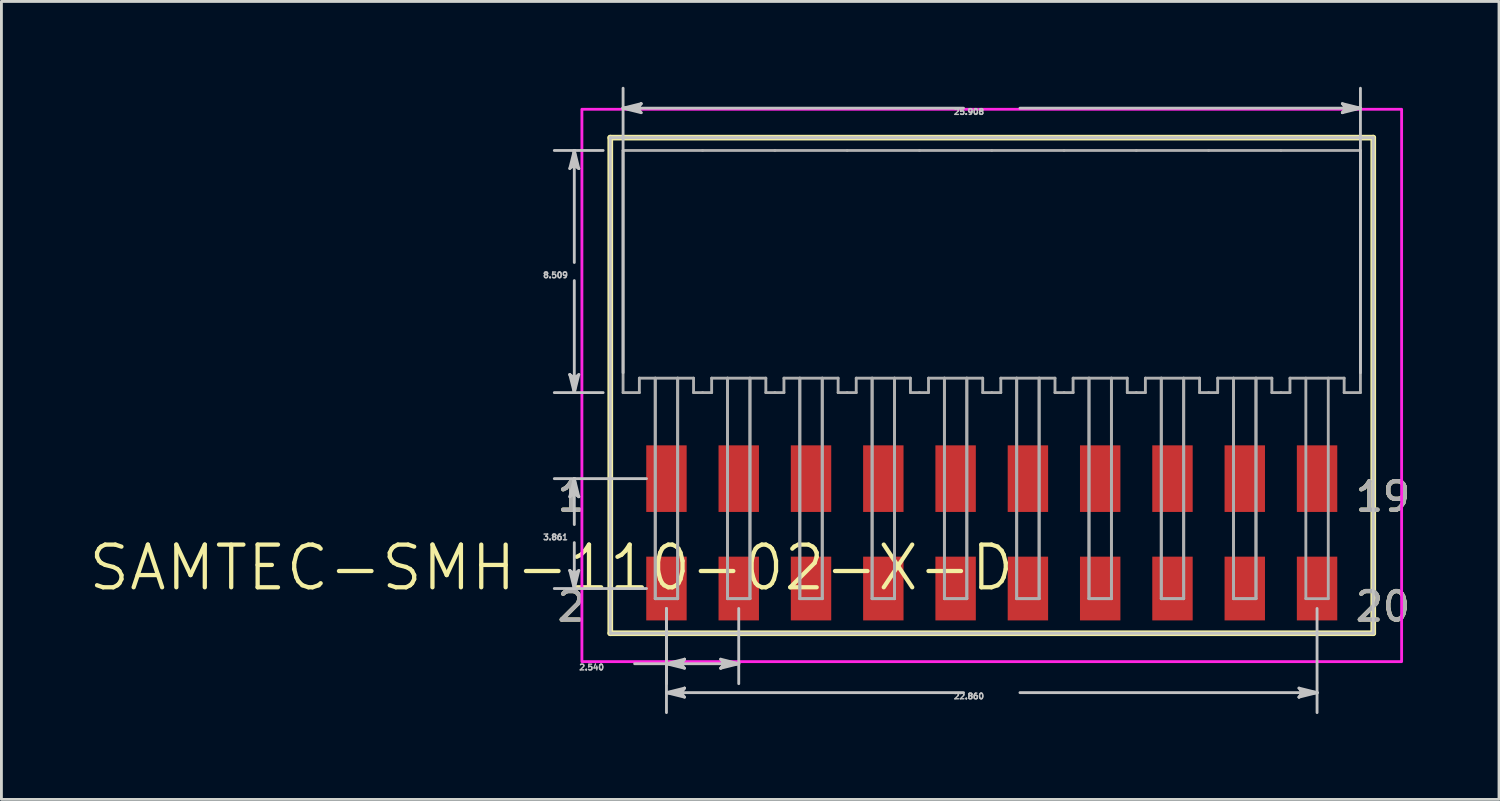
<source format=kicad_pcb>
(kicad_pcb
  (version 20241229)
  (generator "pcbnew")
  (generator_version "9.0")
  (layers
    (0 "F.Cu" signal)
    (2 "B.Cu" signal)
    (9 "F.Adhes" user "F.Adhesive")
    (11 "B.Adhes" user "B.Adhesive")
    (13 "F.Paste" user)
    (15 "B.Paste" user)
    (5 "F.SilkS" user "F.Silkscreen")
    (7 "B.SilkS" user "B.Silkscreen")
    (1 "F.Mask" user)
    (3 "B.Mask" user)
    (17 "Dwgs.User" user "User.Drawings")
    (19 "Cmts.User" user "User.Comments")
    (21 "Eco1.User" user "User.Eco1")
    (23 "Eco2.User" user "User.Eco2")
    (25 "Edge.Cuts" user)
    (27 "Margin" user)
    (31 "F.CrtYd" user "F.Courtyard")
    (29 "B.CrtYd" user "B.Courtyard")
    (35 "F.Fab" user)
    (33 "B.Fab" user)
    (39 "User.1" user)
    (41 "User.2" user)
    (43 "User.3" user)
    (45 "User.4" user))
  (footprint "SAMTEC-SMH-110-02-X-D"
    (layer "F.Cu")
    (at 31.797 6.491)
    (property "Reference" "SAMTEC-SMH-110-02-X-D" (at -15.473 10.408 0) (layer "F.SilkS") (effects (font (size 1.5 1.5) (thickness 0.15))))
    (attr smd)
    (fp_poly (pts (xy -12.191 6.056) (xy -10.669 6.056) (xy -10.669 8.498) (xy -12.191 8.498)) (stroke (width 0.01) (type solid)) (fill yes) (layer "F.Mask"))
    (fp_poly (pts (xy -12.191 9.967) (xy -10.669 9.967) (xy -10.669 12.309) (xy -12.191 12.309)) (stroke (width 0.01) (type solid)) (fill yes) (layer "F.Mask"))
    (fp_poly (pts (xy -9.651 6.056) (xy -8.129 6.056) (xy -8.129 8.498) (xy -9.651 8.498)) (stroke (width 0.01) (type solid)) (fill yes) (layer "F.Mask"))
    (fp_poly (pts (xy -9.651 9.967) (xy -8.129 9.967) (xy -8.129 12.309) (xy -9.651 12.309)) (stroke (width 0.01) (type solid)) (fill yes) (layer "F.Mask"))
    (fp_poly (pts (xy -7.111 6.056) (xy -5.589 6.056) (xy -5.589 8.498) (xy -7.111 8.498)) (stroke (width 0.01) (type solid)) (fill yes) (layer "F.Mask"))
    (fp_poly (pts (xy -7.111 9.967) (xy -5.589 9.967) (xy -5.589 12.309) (xy -7.111 12.309)) (stroke (width 0.01) (type solid)) (fill yes) (layer "F.Mask"))
    (fp_poly (pts (xy -4.571 6.056) (xy -3.049 6.056) (xy -3.049 8.498) (xy -4.571 8.498)) (stroke (width 0.01) (type solid)) (fill yes) (layer "F.Mask"))
    (fp_poly (pts (xy -4.571 9.967) (xy -3.049 9.967) (xy -3.049 12.309) (xy -4.571 12.309)) (stroke (width 0.01) (type solid)) (fill yes) (layer "F.Mask"))
    (fp_poly (pts (xy -2.031 6.056) (xy -0.509 6.056) (xy -0.509 8.498) (xy -2.031 8.498)) (stroke (width 0.01) (type solid)) (fill yes) (layer "F.Mask"))
    (fp_poly (pts (xy -2.031 9.967) (xy -0.509 9.967) (xy -0.509 12.309) (xy -2.031 12.309)) (stroke (width 0.01) (type solid)) (fill yes) (layer "F.Mask"))
    (fp_poly (pts (xy 0.509 6.056) (xy 2.031 6.056) (xy 2.031 8.498) (xy 0.509 8.498)) (stroke (width 0.01) (type solid)) (fill yes) (layer "F.Mask"))
    (fp_poly (pts (xy 0.509 9.967) (xy 2.031 9.967) (xy 2.031 12.309) (xy 0.509 12.309)) (stroke (width 0.01) (type solid)) (fill yes) (layer "F.Mask"))
    (fp_poly (pts (xy 3.049 6.056) (xy 4.571 6.056) (xy 4.571 8.498) (xy 3.049 8.498)) (stroke (width 0.01) (type solid)) (fill yes) (layer "F.Mask"))
    (fp_poly (pts (xy 3.049 9.967) (xy 4.571 9.967) (xy 4.571 12.309) (xy 3.049 12.309)) (stroke (width 0.01) (type solid)) (fill yes) (layer "F.Mask"))
    (fp_poly (pts (xy 5.589 6.056) (xy 7.111 6.056) (xy 7.111 8.498) (xy 5.589 8.498)) (stroke (width 0.01) (type solid)) (fill yes) (layer "F.Mask"))
    (fp_poly (pts (xy 5.589 9.967) (xy 7.111 9.967) (xy 7.111 12.309) (xy 5.589 12.309)) (stroke (width 0.01) (type solid)) (fill yes) (layer "F.Mask"))
    (fp_poly (pts (xy 8.129 6.056) (xy 9.651 6.056) (xy 9.651 8.498) (xy 8.129 8.498)) (stroke (width 0.01) (type solid)) (fill yes) (layer "F.Mask"))
    (fp_poly (pts (xy 8.129 9.967) (xy 9.651 9.967) (xy 9.651 12.309) (xy 8.129 12.309)) (stroke (width 0.01) (type solid)) (fill yes) (layer "F.Mask"))
    (fp_poly (pts (xy 10.669 6.056) (xy 12.191 6.056) (xy 12.191 8.498) (xy 10.669 8.498)) (stroke (width 0.01) (type solid)) (fill yes) (layer "F.Mask"))
    (fp_poly (pts (xy 10.669 9.967) (xy 12.191 9.967) (xy 12.191 12.309) (xy 10.669 12.309)) (stroke (width 0.01) (type solid)) (fill yes) (layer "F.Mask"))
    (fp_line (start -13.404 -4.705) (end -13.404 12.709) (stroke (width 0.2) (type solid)) (layer "F.SilkS"))
    (fp_line (start -13.404 12.709) (end 13.404 12.709) (stroke (width 0.2) (type solid)) (layer "F.SilkS"))
    (fp_line (start 13.404 -4.705) (end -13.404 -4.705) (stroke (width 0.2) (type solid)) (layer "F.SilkS"))
    (fp_line (start 13.404 12.709) (end 13.404 -4.705) (stroke (width 0.2) (type solid)) (layer "F.SilkS"))
    (fp_poly (pts (xy -12.14 6.107) (xy -10.72 6.107) (xy -10.72 8.447) (xy -12.14 8.447)) (stroke (width 0.01) (type solid)) (fill yes) (layer "F.Paste"))
    (fp_poly (pts (xy -12.14 10.018) (xy -10.72 10.018) (xy -10.72 12.258) (xy -12.14 12.258)) (stroke (width 0.01) (type solid)) (fill yes) (layer "F.Paste"))
    (fp_poly (pts (xy -9.6 6.107) (xy -8.18 6.107) (xy -8.18 8.447) (xy -9.6 8.447)) (stroke (width 0.01) (type solid)) (fill yes) (layer "F.Paste"))
    (fp_poly (pts (xy -9.6 10.018) (xy -8.18 10.018) (xy -8.18 12.258) (xy -9.6 12.258)) (stroke (width 0.01) (type solid)) (fill yes) (layer "F.Paste"))
    (fp_poly (pts (xy -7.06 6.107) (xy -5.64 6.107) (xy -5.64 8.447) (xy -7.06 8.447)) (stroke (width 0.01) (type solid)) (fill yes) (layer "F.Paste"))
    (fp_poly (pts (xy -7.06 10.018) (xy -5.64 10.018) (xy -5.64 12.258) (xy -7.06 12.258)) (stroke (width 0.01) (type solid)) (fill yes) (layer "F.Paste"))
    (fp_poly (pts (xy -4.52 6.107) (xy -3.1 6.107) (xy -3.1 8.447) (xy -4.52 8.447)) (stroke (width 0.01) (type solid)) (fill yes) (layer "F.Paste"))
    (fp_poly (pts (xy -4.52 10.018) (xy -3.1 10.018) (xy -3.1 12.258) (xy -4.52 12.258)) (stroke (width 0.01) (type solid)) (fill yes) (layer "F.Paste"))
    (fp_poly (pts (xy -1.98 6.107) (xy -0.56 6.107) (xy -0.56 8.447) (xy -1.98 8.447)) (stroke (width 0.01) (type solid)) (fill yes) (layer "F.Paste"))
    (fp_poly (pts (xy -1.98 10.018) (xy -0.56 10.018) (xy -0.56 12.258) (xy -1.98 12.258)) (stroke (width 0.01) (type solid)) (fill yes) (layer "F.Paste"))
    (fp_poly (pts (xy 0.56 6.107) (xy 1.98 6.107) (xy 1.98 8.447) (xy 0.56 8.447)) (stroke (width 0.01) (type solid)) (fill yes) (layer "F.Paste"))
    (fp_poly (pts (xy 0.56 10.018) (xy 1.98 10.018) (xy 1.98 12.258) (xy 0.56 12.258)) (stroke (width 0.01) (type solid)) (fill yes) (layer "F.Paste"))
    (fp_poly (pts (xy 3.1 6.107) (xy 4.52 6.107) (xy 4.52 8.447) (xy 3.1 8.447)) (stroke (width 0.01) (type solid)) (fill yes) (layer "F.Paste"))
    (fp_poly (pts (xy 3.1 10.018) (xy 4.52 10.018) (xy 4.52 12.258) (xy 3.1 12.258)) (stroke (width 0.01) (type solid)) (fill yes) (layer "F.Paste"))
    (fp_poly (pts (xy 5.64 6.107) (xy 7.06 6.107) (xy 7.06 8.447) (xy 5.64 8.447)) (stroke (width 0.01) (type solid)) (fill yes) (layer "F.Paste"))
    (fp_poly (pts (xy 5.64 10.018) (xy 7.06 10.018) (xy 7.06 12.258) (xy 5.64 12.258)) (stroke (width 0.01) (type solid)) (fill yes) (layer "F.Paste"))
    (fp_poly (pts (xy 8.18 6.107) (xy 9.6 6.107) (xy 9.6 8.447) (xy 8.18 8.447)) (stroke (width 0.01) (type solid)) (fill yes) (layer "F.Paste"))
    (fp_poly (pts (xy 8.18 10.018) (xy 9.6 10.018) (xy 9.6 12.258) (xy 8.18 12.258)) (stroke (width 0.01) (type solid)) (fill yes) (layer "F.Paste"))
    (fp_poly (pts (xy 10.72 6.107) (xy 12.14 6.107) (xy 12.14 8.447) (xy 10.72 8.447)) (stroke (width 0.01) (type solid)) (fill yes) (layer "F.Paste"))
    (fp_poly (pts (xy 10.72 10.018) (xy 12.14 10.018) (xy 12.14 12.258) (xy 10.72 12.258)) (stroke (width 0.01) (type solid)) (fill yes) (layer "F.Paste"))
    (fp_line (start -14.827 -3.62) (end -14.668 -3.746) (stroke (width 0.1) (type solid)) (layer "Dwgs.User"))
    (fp_line (start -14.827 3.62) (end -14.668 4.254) (stroke (width 0.1) (type solid)) (layer "Dwgs.User"))
    (fp_line (start -14.827 7.912) (end -14.668 7.785) (stroke (width 0.1) (type solid)) (layer "Dwgs.User"))
    (fp_line (start -14.827 10.503) (end -14.668 11.138) (stroke (width 0.1) (type solid)) (layer "Dwgs.User"))
    (fp_line (start -14.748 -3.683) (end -14.668 -3.746) (stroke (width 0.1) (type solid)) (layer "Dwgs.User"))
    (fp_line (start -14.748 3.683) (end -14.827 3.62) (stroke (width 0.1) (type solid)) (layer "Dwgs.User"))
    (fp_line (start -14.748 7.849) (end -14.668 7.785) (stroke (width 0.1) (type solid)) (layer "Dwgs.User"))
    (fp_line (start -14.748 10.566) (end -14.827 10.503) (stroke (width 0.1) (type solid)) (layer "Dwgs.User"))
    (fp_line (start -14.668 -4.254) (end -14.827 -3.62) (stroke (width 0.1) (type solid)) (layer "Dwgs.User"))
    (fp_line (start -14.668 -4.254) (end -14.748 -3.683) (stroke (width 0.1) (type solid)) (layer "Dwgs.User"))
    (fp_line (start -14.668 -4.254) (end -14.589 -3.683) (stroke (width 0.1) (type solid)) (layer "Dwgs.User"))
    (fp_line (start -14.668 -3.746) (end -14.668 -4.254) (stroke (width 0.1) (type solid)) (layer "Dwgs.User"))
    (fp_line (start -14.668 -3.746) (end -14.51 -3.62) (stroke (width 0.1) (type solid)) (layer "Dwgs.User"))
    (fp_line (start -14.668 -0.318) (end -14.668 -4.254) (stroke (width 0.1) (type solid)) (layer "Dwgs.User"))
    (fp_line (start -14.668 0.318) (end -14.668 4.254) (stroke (width 0.1) (type solid)) (layer "Dwgs.User"))
    (fp_line (start -14.668 3.746) (end -14.827 3.62) (stroke (width 0.1) (type solid)) (layer "Dwgs.User"))
    (fp_line (start -14.668 3.746) (end -14.668 4.254) (stroke (width 0.1) (type solid)) (layer "Dwgs.User"))
    (fp_line (start -14.668 4.254) (end -14.748 3.683) (stroke (width 0.1) (type solid)) (layer "Dwgs.User"))
    (fp_line (start -14.668 4.254) (end -14.589 3.683) (stroke (width 0.1) (type solid)) (layer "Dwgs.User"))
    (fp_line (start -14.668 4.254) (end -14.51 3.62) (stroke (width 0.1) (type solid)) (layer "Dwgs.User"))
    (fp_line (start -14.668 7.277) (end -14.827 7.912) (stroke (width 0.1) (type solid)) (layer "Dwgs.User"))
    (fp_line (start -14.668 7.277) (end -14.748 7.849) (stroke (width 0.1) (type solid)) (layer "Dwgs.User"))
    (fp_line (start -14.668 7.277) (end -14.589 7.849) (stroke (width 0.1) (type solid)) (layer "Dwgs.User"))
    (fp_line (start -14.668 7.785) (end -14.668 7.277) (stroke (width 0.1) (type solid)) (layer "Dwgs.User"))
    (fp_line (start -14.668 7.785) (end -14.51 7.912) (stroke (width 0.1) (type solid)) (layer "Dwgs.User"))
    (fp_line (start -14.668 8.89) (end -14.668 7.277) (stroke (width 0.1) (type solid)) (layer "Dwgs.User"))
    (fp_line (start -14.668 9.525) (end -14.668 11.138) (stroke (width 0.1) (type solid)) (layer "Dwgs.User"))
    (fp_line (start -14.668 10.63) (end -14.827 10.503) (stroke (width 0.1) (type solid)) (layer "Dwgs.User"))
    (fp_line (start -14.668 10.63) (end -14.668 11.138) (stroke (width 0.1) (type solid)) (layer "Dwgs.User"))
    (fp_line (start -14.668 11.138) (end -14.748 10.566) (stroke (width 0.1) (type solid)) (layer "Dwgs.User"))
    (fp_line (start -14.668 11.138) (end -14.589 10.566) (stroke (width 0.1) (type solid)) (layer "Dwgs.User"))
    (fp_line (start -14.668 11.138) (end -14.51 10.503) (stroke (width 0.1) (type solid)) (layer "Dwgs.User"))
    (fp_line (start -14.589 -3.683) (end -14.51 -3.62) (stroke (width 0.1) (type solid)) (layer "Dwgs.User"))
    (fp_line (start -14.589 3.683) (end -14.668 3.746) (stroke (width 0.1) (type solid)) (layer "Dwgs.User"))
    (fp_line (start -14.589 7.849) (end -14.51 7.912) (stroke (width 0.1) (type solid)) (layer "Dwgs.User"))
    (fp_line (start -14.589 10.566) (end -14.668 10.63) (stroke (width 0.1) (type solid)) (layer "Dwgs.User"))
    (fp_line (start -14.51 -3.62) (end -14.668 -4.254) (stroke (width 0.1) (type solid)) (layer "Dwgs.User"))
    (fp_line (start -14.51 3.62) (end -14.668 3.746) (stroke (width 0.1) (type solid)) (layer "Dwgs.User"))
    (fp_line (start -14.51 7.912) (end -14.668 7.277) (stroke (width 0.1) (type solid)) (layer "Dwgs.User"))
    (fp_line (start -14.51 10.503) (end -14.668 10.63) (stroke (width 0.1) (type solid)) (layer "Dwgs.User"))
    (fp_line (start -13.655 -4.254) (end -15.37 -4.254) (stroke (width 0.1) (type solid)) (layer "Dwgs.User"))
    (fp_line (start -13.655 4.254) (end -15.37 4.254) (stroke (width 0.1) (type solid)) (layer "Dwgs.User"))
    (fp_line (start -13.404 -4.705) (end -13.404 12.709) (stroke (width 0.1) (type solid)) (layer "Dwgs.User"))
    (fp_line (start -13.404 12.709) (end 13.404 12.709) (stroke (width 0.1) (type solid)) (layer "Dwgs.User"))
    (fp_line (start -12.954 -5.74) (end -12.382 -5.82) (stroke (width 0.1) (type solid)) (layer "Dwgs.User"))
    (fp_line (start -12.954 -5.74) (end -12.382 -5.661) (stroke (width 0.1) (type solid)) (layer "Dwgs.User"))
    (fp_line (start -12.954 -5.74) (end -12.319 -5.582) (stroke (width 0.1) (type solid)) (layer "Dwgs.User"))
    (fp_line (start -12.954 3.553) (end -12.954 -6.441) (stroke (width 0.1) (type solid)) (layer "Dwgs.User"))
    (fp_line (start -12.548 13.78) (end -11.43 13.78) (stroke (width 0.1) (type solid)) (layer "Dwgs.User"))
    (fp_line (start -12.446 -5.74) (end -12.954 -5.74) (stroke (width 0.1) (type solid)) (layer "Dwgs.User"))
    (fp_line (start -12.446 -5.74) (end -12.319 -5.899) (stroke (width 0.1) (type solid)) (layer "Dwgs.User"))
    (fp_line (start -12.382 -5.82) (end -12.319 -5.899) (stroke (width 0.1) (type solid)) (layer "Dwgs.User"))
    (fp_line (start -12.382 -5.661) (end -12.446 -5.74) (stroke (width 0.1) (type solid)) (layer "Dwgs.User"))
    (fp_line (start -12.319 -5.899) (end -12.954 -5.74) (stroke (width 0.1) (type solid)) (layer "Dwgs.User"))
    (fp_line (start -12.319 -5.582) (end -12.446 -5.74) (stroke (width 0.1) (type solid)) (layer "Dwgs.User"))
    (fp_line (start -12.131 7.277) (end -15.37 7.277) (stroke (width 0.1) (type solid)) (layer "Dwgs.User"))
    (fp_line (start -12.131 11.138) (end -15.37 11.138) (stroke (width 0.1) (type solid)) (layer "Dwgs.User"))
    (fp_line (start -11.43 11.839) (end -11.43 14.481) (stroke (width 0.1) (type solid)) (layer "Dwgs.User"))
    (fp_line (start -11.43 11.839) (end -11.43 15.497) (stroke (width 0.1) (type solid)) (layer "Dwgs.User"))
    (fp_line (start -11.43 13.78) (end -10.858 13.7) (stroke (width 0.1) (type solid)) (layer "Dwgs.User"))
    (fp_line (start -11.43 13.78) (end -10.858 13.859) (stroke (width 0.1) (type solid)) (layer "Dwgs.User"))
    (fp_line (start -11.43 13.78) (end -10.795 13.938) (stroke (width 0.1) (type solid)) (layer "Dwgs.User"))
    (fp_line (start -11.43 13.78) (end -8.89 13.78) (stroke (width 0.1) (type solid)) (layer "Dwgs.User"))
    (fp_line (start -11.43 14.796) (end -10.858 14.716) (stroke (width 0.1) (type solid)) (layer "Dwgs.User"))
    (fp_line (start -11.43 14.796) (end -10.858 14.875) (stroke (width 0.1) (type solid)) (layer "Dwgs.User"))
    (fp_line (start -11.43 14.796) (end -10.795 14.954) (stroke (width 0.1) (type solid)) (layer "Dwgs.User"))
    (fp_line (start -10.922 13.78) (end -11.43 13.78) (stroke (width 0.1) (type solid)) (layer "Dwgs.User"))
    (fp_line (start -10.922 13.78) (end -10.795 13.621) (stroke (width 0.1) (type solid)) (layer "Dwgs.User"))
    (fp_line (start -10.922 14.796) (end -11.43 14.796) (stroke (width 0.1) (type solid)) (layer "Dwgs.User"))
    (fp_line (start -10.922 14.796) (end -10.795 14.637) (stroke (width 0.1) (type solid)) (layer "Dwgs.User"))
    (fp_line (start -10.858 13.7) (end -10.795 13.621) (stroke (width 0.1) (type solid)) (layer "Dwgs.User"))
    (fp_line (start -10.858 13.859) (end -10.922 13.78) (stroke (width 0.1) (type solid)) (layer "Dwgs.User"))
    (fp_line (start -10.858 14.716) (end -10.795 14.637) (stroke (width 0.1) (type solid)) (layer "Dwgs.User"))
    (fp_line (start -10.858 14.875) (end -10.922 14.796) (stroke (width 0.1) (type solid)) (layer "Dwgs.User"))
    (fp_line (start -10.795 13.621) (end -11.43 13.78) (stroke (width 0.1) (type solid)) (layer "Dwgs.User"))
    (fp_line (start -10.795 13.938) (end -10.922 13.78) (stroke (width 0.1) (type solid)) (layer "Dwgs.User"))
    (fp_line (start -10.795 14.637) (end -11.43 14.796) (stroke (width 0.1) (type solid)) (layer "Dwgs.User"))
    (fp_line (start -10.795 14.954) (end -10.922 14.796) (stroke (width 0.1) (type solid)) (layer "Dwgs.User"))
    (fp_line (start -9.525 13.621) (end -9.398 13.78) (stroke (width 0.1) (type solid)) (layer "Dwgs.User"))
    (fp_line (start -9.525 13.938) (end -8.89 13.78) (stroke (width 0.1) (type solid)) (layer "Dwgs.User"))
    (fp_line (start -9.462 13.7) (end -9.398 13.78) (stroke (width 0.1) (type solid)) (layer "Dwgs.User"))
    (fp_line (start -9.462 13.859) (end -9.525 13.938) (stroke (width 0.1) (type solid)) (layer "Dwgs.User"))
    (fp_line (start -9.398 13.78) (end -9.525 13.938) (stroke (width 0.1) (type solid)) (layer "Dwgs.User"))
    (fp_line (start -9.398 13.78) (end -8.89 13.78) (stroke (width 0.1) (type solid)) (layer "Dwgs.User"))
    (fp_line (start -8.89 11.839) (end -8.89 14.481) (stroke (width 0.1) (type solid)) (layer "Dwgs.User"))
    (fp_line (start -8.89 13.78) (end -9.525 13.621) (stroke (width 0.1) (type solid)) (layer "Dwgs.User"))
    (fp_line (start -8.89 13.78) (end -9.462 13.7) (stroke (width 0.1) (type solid)) (layer "Dwgs.User"))
    (fp_line (start -8.89 13.78) (end -9.462 13.859) (stroke (width 0.1) (type solid)) (layer "Dwgs.User"))
    (fp_line (start -0.991 -5.74) (end -12.954 -5.74) (stroke (width 0.1) (type solid)) (layer "Dwgs.User"))
    (fp_line (start -0.991 14.796) (end -11.43 14.796) (stroke (width 0.1) (type solid)) (layer "Dwgs.User"))
    (fp_line (start 0.991 -5.74) (end 12.954 -5.74) (stroke (width 0.1) (type solid)) (layer "Dwgs.User"))
    (fp_line (start 0.991 14.796) (end 11.43 14.796) (stroke (width 0.1) (type solid)) (layer "Dwgs.User"))
    (fp_line (start 10.795 14.637) (end 10.922 14.796) (stroke (width 0.1) (type solid)) (layer "Dwgs.User"))
    (fp_line (start 10.795 14.954) (end 11.43 14.796) (stroke (width 0.1) (type solid)) (layer "Dwgs.User"))
    (fp_line (start 10.858 14.716) (end 10.922 14.796) (stroke (width 0.1) (type solid)) (layer "Dwgs.User"))
    (fp_line (start 10.858 14.875) (end 10.795 14.954) (stroke (width 0.1) (type solid)) (layer "Dwgs.User"))
    (fp_line (start 10.922 14.796) (end 10.795 14.954) (stroke (width 0.1) (type solid)) (layer "Dwgs.User"))
    (fp_line (start 10.922 14.796) (end 11.43 14.796) (stroke (width 0.1) (type solid)) (layer "Dwgs.User"))
    (fp_line (start 11.43 11.839) (end 11.43 15.497) (stroke (width 0.1) (type solid)) (layer "Dwgs.User"))
    (fp_line (start 11.43 14.796) (end 10.795 14.637) (stroke (width 0.1) (type solid)) (layer "Dwgs.User"))
    (fp_line (start 11.43 14.796) (end 10.858 14.716) (stroke (width 0.1) (type solid)) (layer "Dwgs.User"))
    (fp_line (start 11.43 14.796) (end 10.858 14.875) (stroke (width 0.1) (type solid)) (layer "Dwgs.User"))
    (fp_line (start 12.319 -5.899) (end 12.446 -5.74) (stroke (width 0.1) (type solid)) (layer "Dwgs.User"))
    (fp_line (start 12.319 -5.582) (end 12.954 -5.74) (stroke (width 0.1) (type solid)) (layer "Dwgs.User"))
    (fp_line (start 12.382 -5.82) (end 12.446 -5.74) (stroke (width 0.1) (type solid)) (layer "Dwgs.User"))
    (fp_line (start 12.382 -5.661) (end 12.319 -5.582) (stroke (width 0.1) (type solid)) (layer "Dwgs.User"))
    (fp_line (start 12.446 -5.74) (end 12.319 -5.582) (stroke (width 0.1) (type solid)) (layer "Dwgs.User"))
    (fp_line (start 12.446 -5.74) (end 12.954 -5.74) (stroke (width 0.1) (type solid)) (layer "Dwgs.User"))
    (fp_line (start 12.954 -5.74) (end 12.319 -5.899) (stroke (width 0.1) (type solid)) (layer "Dwgs.User"))
    (fp_line (start 12.954 -5.74) (end 12.382 -5.82) (stroke (width 0.1) (type solid)) (layer "Dwgs.User"))
    (fp_line (start 12.954 -5.74) (end 12.382 -5.661) (stroke (width 0.1) (type solid)) (layer "Dwgs.User"))
    (fp_line (start 12.954 3.553) (end 12.954 -6.441) (stroke (width 0.1) (type solid)) (layer "Dwgs.User"))
    (fp_line (start 13.404 -4.705) (end -13.404 -4.705) (stroke (width 0.1) (type solid)) (layer "Dwgs.User"))
    (fp_line (start 13.404 12.709) (end 13.404 -4.705) (stroke (width 0.1) (type solid)) (layer "Dwgs.User"))
    (fp_poly (pts (xy 14.401 -5.702) (xy -14.401 -5.702) (xy -14.401 13.706) (xy 14.401 13.706) (xy 14.401 -5.702)) (stroke (width 0.1) (type solid)) (fill no) (layer "F.CrtYd"))
    (fp_line (start -12.954 -4.254) (end -12.954 4.254) (stroke (width 0.1) (type solid)) (layer "F.Fab"))
    (fp_line (start -12.954 4.254) (end -12.382 4.254) (stroke (width 0.1) (type solid)) (layer "F.Fab"))
    (fp_line (start -12.382 3.746) (end -10.478 3.746) (stroke (width 0.1) (type solid)) (layer "F.Fab"))
    (fp_line (start -12.382 4.254) (end -12.382 3.746) (stroke (width 0.1) (type solid)) (layer "F.Fab"))
    (fp_line (start -11.824 11.494) (end -11.824 3.746) (stroke (width 0.1) (type solid)) (layer "F.Fab"))
    (fp_line (start -11.824 11.494) (end -11.824 3.746) (stroke (width 0.1) (type solid)) (layer "F.Fab"))
    (fp_line (start -11.824 11.494) (end -11.036 11.494) (stroke (width 0.1) (type solid)) (layer "F.Fab"))
    (fp_line (start -11.824 11.494) (end -11.036 11.494) (stroke (width 0.1) (type solid)) (layer "F.Fab"))
    (fp_line (start -11.036 3.746) (end -11.036 11.494) (stroke (width 0.1) (type solid)) (layer "F.Fab"))
    (fp_line (start -11.036 11.494) (end -11.036 3.746) (stroke (width 0.1) (type solid)) (layer "F.Fab"))
    (fp_line (start -10.478 3.746) (end -10.478 4.254) (stroke (width 0.1) (type solid)) (layer "F.Fab"))
    (fp_line (start -10.16 -4.254) (end -12.954 -4.254) (stroke (width 0.1) (type solid)) (layer "F.Fab"))
    (fp_line (start -10.16 4.254) (end -10.478 4.254) (stroke (width 0.1) (type solid)) (layer "F.Fab"))
    (fp_line (start -10.16 4.254) (end -9.842 4.254) (stroke (width 0.1) (type solid)) (layer "F.Fab"))
    (fp_line (start -9.842 3.746) (end -7.938 3.746) (stroke (width 0.1) (type solid)) (layer "F.Fab"))
    (fp_line (start -9.842 4.254) (end -9.842 3.746) (stroke (width 0.1) (type solid)) (layer "F.Fab"))
    (fp_line (start -9.284 11.494) (end -9.284 3.746) (stroke (width 0.1) (type solid)) (layer "F.Fab"))
    (fp_line (start -9.284 11.494) (end -9.284 3.746) (stroke (width 0.1) (type solid)) (layer "F.Fab"))
    (fp_line (start -9.284 11.494) (end -8.496 11.494) (stroke (width 0.1) (type solid)) (layer "F.Fab"))
    (fp_line (start -9.284 11.494) (end -8.496 11.494) (stroke (width 0.1) (type solid)) (layer "F.Fab"))
    (fp_line (start -8.496 3.746) (end -8.496 11.494) (stroke (width 0.1) (type solid)) (layer "F.Fab"))
    (fp_line (start -8.496 11.494) (end -8.496 3.746) (stroke (width 0.1) (type solid)) (layer "F.Fab"))
    (fp_line (start -7.938 3.746) (end -7.938 4.254) (stroke (width 0.1) (type solid)) (layer "F.Fab"))
    (fp_line (start -7.62 -4.254) (end -10.16 -4.254) (stroke (width 0.1) (type solid)) (layer "F.Fab"))
    (fp_line (start -7.62 4.254) (end -7.938 4.254) (stroke (width 0.1) (type solid)) (layer "F.Fab"))
    (fp_line (start -7.62 4.254) (end -7.302 4.254) (stroke (width 0.1) (type solid)) (layer "F.Fab"))
    (fp_line (start -7.302 3.746) (end -5.398 3.746) (stroke (width 0.1) (type solid)) (layer "F.Fab"))
    (fp_line (start -7.302 4.254) (end -7.302 3.746) (stroke (width 0.1) (type solid)) (layer "F.Fab"))
    (fp_line (start -6.744 11.494) (end -6.744 3.746) (stroke (width 0.1) (type solid)) (layer "F.Fab"))
    (fp_line (start -6.744 11.494) (end -6.744 3.746) (stroke (width 0.1) (type solid)) (layer "F.Fab"))
    (fp_line (start -6.744 11.494) (end -5.956 11.494) (stroke (width 0.1) (type solid)) (layer "F.Fab"))
    (fp_line (start -6.744 11.494) (end -5.956 11.494) (stroke (width 0.1) (type solid)) (layer "F.Fab"))
    (fp_line (start -5.956 3.746) (end -5.956 11.494) (stroke (width 0.1) (type solid)) (layer "F.Fab"))
    (fp_line (start -5.956 11.494) (end -5.956 3.746) (stroke (width 0.1) (type solid)) (layer "F.Fab"))
    (fp_line (start -5.398 3.746) (end -5.398 4.254) (stroke (width 0.1) (type solid)) (layer "F.Fab"))
    (fp_line (start -5.08 -4.254) (end -7.62 -4.254) (stroke (width 0.1) (type solid)) (layer "F.Fab"))
    (fp_line (start -5.08 4.254) (end -5.398 4.254) (stroke (width 0.1) (type solid)) (layer "F.Fab"))
    (fp_line (start -5.08 4.254) (end -4.762 4.254) (stroke (width 0.1) (type solid)) (layer "F.Fab"))
    (fp_line (start -4.762 3.746) (end -2.858 3.746) (stroke (width 0.1) (type solid)) (layer "F.Fab"))
    (fp_line (start -4.762 4.254) (end -4.762 3.746) (stroke (width 0.1) (type solid)) (layer "F.Fab"))
    (fp_line (start -4.204 11.494) (end -4.204 3.746) (stroke (width 0.1) (type solid)) (layer "F.Fab"))
    (fp_line (start -4.204 11.494) (end -4.204 3.746) (stroke (width 0.1) (type solid)) (layer "F.Fab"))
    (fp_line (start -4.204 11.494) (end -3.416 11.494) (stroke (width 0.1) (type solid)) (layer "F.Fab"))
    (fp_line (start -4.204 11.494) (end -3.416 11.494) (stroke (width 0.1) (type solid)) (layer "F.Fab"))
    (fp_line (start -3.416 3.746) (end -3.416 11.494) (stroke (width 0.1) (type solid)) (layer "F.Fab"))
    (fp_line (start -3.416 11.494) (end -3.416 3.746) (stroke (width 0.1) (type solid)) (layer "F.Fab"))
    (fp_line (start -2.858 3.746) (end -2.858 4.254) (stroke (width 0.1) (type solid)) (layer "F.Fab"))
    (fp_line (start -2.54 -4.254) (end -5.08 -4.254) (stroke (width 0.1) (type solid)) (layer "F.Fab"))
    (fp_line (start -2.54 4.254) (end -2.858 4.254) (stroke (width 0.1) (type solid)) (layer "F.Fab"))
    (fp_line (start -2.54 4.254) (end -2.222 4.254) (stroke (width 0.1) (type solid)) (layer "F.Fab"))
    (fp_line (start -2.222 3.746) (end -0.318 3.746) (stroke (width 0.1) (type solid)) (layer "F.Fab"))
    (fp_line (start -2.222 4.254) (end -2.222 3.746) (stroke (width 0.1) (type solid)) (layer "F.Fab"))
    (fp_line (start -1.664 11.494) (end -1.664 3.746) (stroke (width 0.1) (type solid)) (layer "F.Fab"))
    (fp_line (start -1.664 11.494) (end -1.664 3.746) (stroke (width 0.1) (type solid)) (layer "F.Fab"))
    (fp_line (start -1.664 11.494) (end -0.876 11.494) (stroke (width 0.1) (type solid)) (layer "F.Fab"))
    (fp_line (start -1.664 11.494) (end -0.876 11.494) (stroke (width 0.1) (type solid)) (layer "F.Fab"))
    (fp_line (start -0.876 3.746) (end -0.876 11.494) (stroke (width 0.1) (type solid)) (layer "F.Fab"))
    (fp_line (start -0.876 11.494) (end -0.876 3.746) (stroke (width 0.1) (type solid)) (layer "F.Fab"))
    (fp_line (start -0.318 3.746) (end -0.318 4.254) (stroke (width 0.1) (type solid)) (layer "F.Fab"))
    (fp_line (start 0 -4.254) (end -2.54 -4.254) (stroke (width 0.1) (type solid)) (layer "F.Fab"))
    (fp_line (start 0 4.254) (end -0.318 4.254) (stroke (width 0.1) (type solid)) (layer "F.Fab"))
    (fp_line (start 0 4.254) (end 0.318 4.254) (stroke (width 0.1) (type solid)) (layer "F.Fab"))
    (fp_line (start 0.318 3.746) (end 2.222 3.746) (stroke (width 0.1) (type solid)) (layer "F.Fab"))
    (fp_line (start 0.318 4.254) (end 0.318 3.746) (stroke (width 0.1) (type solid)) (layer "F.Fab"))
    (fp_line (start 0.876 11.494) (end 0.876 3.746) (stroke (width 0.1) (type solid)) (layer "F.Fab"))
    (fp_line (start 0.876 11.494) (end 0.876 3.746) (stroke (width 0.1) (type solid)) (layer "F.Fab"))
    (fp_line (start 0.876 11.494) (end 1.664 11.494) (stroke (width 0.1) (type solid)) (layer "F.Fab"))
    (fp_line (start 0.876 11.494) (end 1.664 11.494) (stroke (width 0.1) (type solid)) (layer "F.Fab"))
    (fp_line (start 1.664 3.746) (end 1.664 11.494) (stroke (width 0.1) (type solid)) (layer "F.Fab"))
    (fp_line (start 1.664 11.494) (end 1.664 3.746) (stroke (width 0.1) (type solid)) (layer "F.Fab"))
    (fp_line (start 2.222 3.746) (end 2.222 4.254) (stroke (width 0.1) (type solid)) (layer "F.Fab"))
    (fp_line (start 2.54 -4.254) (end 0 -4.254) (stroke (width 0.1) (type solid)) (layer "F.Fab"))
    (fp_line (start 2.54 4.254) (end 2.222 4.254) (stroke (width 0.1) (type solid)) (layer "F.Fab"))
    (fp_line (start 2.54 4.254) (end 2.858 4.254) (stroke (width 0.1) (type solid)) (layer "F.Fab"))
    (fp_line (start 2.858 3.746) (end 4.762 3.746) (stroke (width 0.1) (type solid)) (layer "F.Fab"))
    (fp_line (start 2.858 4.254) (end 2.858 3.746) (stroke (width 0.1) (type solid)) (layer "F.Fab"))
    (fp_line (start 3.416 11.494) (end 3.416 3.746) (stroke (width 0.1) (type solid)) (layer "F.Fab"))
    (fp_line (start 3.416 11.494) (end 3.416 3.746) (stroke (width 0.1) (type solid)) (layer "F.Fab"))
    (fp_line (start 3.416 11.494) (end 4.204 11.494) (stroke (width 0.1) (type solid)) (layer "F.Fab"))
    (fp_line (start 3.416 11.494) (end 4.204 11.494) (stroke (width 0.1) (type solid)) (layer "F.Fab"))
    (fp_line (start 4.204 3.746) (end 4.204 11.494) (stroke (width 0.1) (type solid)) (layer "F.Fab"))
    (fp_line (start 4.204 11.494) (end 4.204 3.746) (stroke (width 0.1) (type solid)) (layer "F.Fab"))
    (fp_line (start 4.762 3.746) (end 4.762 4.254) (stroke (width 0.1) (type solid)) (layer "F.Fab"))
    (fp_line (start 5.08 -4.254) (end 2.54 -4.254) (stroke (width 0.1) (type solid)) (layer "F.Fab"))
    (fp_line (start 5.08 4.254) (end 4.762 4.254) (stroke (width 0.1) (type solid)) (layer "F.Fab"))
    (fp_line (start 5.08 4.254) (end 5.398 4.254) (stroke (width 0.1) (type solid)) (layer "F.Fab"))
    (fp_line (start 5.398 3.746) (end 7.302 3.746) (stroke (width 0.1) (type solid)) (layer "F.Fab"))
    (fp_line (start 5.398 4.254) (end 5.398 3.746) (stroke (width 0.1) (type solid)) (layer "F.Fab"))
    (fp_line (start 5.956 11.494) (end 5.956 3.746) (stroke (width 0.1) (type solid)) (layer "F.Fab"))
    (fp_line (start 5.956 11.494) (end 5.956 3.746) (stroke (width 0.1) (type solid)) (layer "F.Fab"))
    (fp_line (start 5.956 11.494) (end 6.744 11.494) (stroke (width 0.1) (type solid)) (layer "F.Fab"))
    (fp_line (start 5.956 11.494) (end 6.744 11.494) (stroke (width 0.1) (type solid)) (layer "F.Fab"))
    (fp_line (start 6.744 3.746) (end 6.744 11.494) (stroke (width 0.1) (type solid)) (layer "F.Fab"))
    (fp_line (start 6.744 11.494) (end 6.744 3.746) (stroke (width 0.1) (type solid)) (layer "F.Fab"))
    (fp_line (start 7.302 3.746) (end 7.302 4.254) (stroke (width 0.1) (type solid)) (layer "F.Fab"))
    (fp_line (start 7.62 -4.254) (end 5.08 -4.254) (stroke (width 0.1) (type solid)) (layer "F.Fab"))
    (fp_line (start 7.62 4.254) (end 7.302 4.254) (stroke (width 0.1) (type solid)) (layer "F.Fab"))
    (fp_line (start 7.62 4.254) (end 7.938 4.254) (stroke (width 0.1) (type solid)) (layer "F.Fab"))
    (fp_line (start 7.938 3.746) (end 9.842 3.746) (stroke (width 0.1) (type solid)) (layer "F.Fab"))
    (fp_line (start 7.938 4.254) (end 7.938 3.746) (stroke (width 0.1) (type solid)) (layer "F.Fab"))
    (fp_line (start 8.496 11.494) (end 8.496 3.746) (stroke (width 0.1) (type solid)) (layer "F.Fab"))
    (fp_line (start 8.496 11.494) (end 8.496 3.746) (stroke (width 0.1) (type solid)) (layer "F.Fab"))
    (fp_line (start 8.496 11.494) (end 9.284 11.494) (stroke (width 0.1) (type solid)) (layer "F.Fab"))
    (fp_line (start 8.496 11.494) (end 9.284 11.494) (stroke (width 0.1) (type solid)) (layer "F.Fab"))
    (fp_line (start 9.284 3.746) (end 9.284 11.494) (stroke (width 0.1) (type solid)) (layer "F.Fab"))
    (fp_line (start 9.284 11.494) (end 9.284 3.746) (stroke (width 0.1) (type solid)) (layer "F.Fab"))
    (fp_line (start 9.842 3.746) (end 9.842 4.254) (stroke (width 0.1) (type solid)) (layer "F.Fab"))
    (fp_line (start 10.16 -4.254) (end 7.62 -4.254) (stroke (width 0.1) (type solid)) (layer "F.Fab"))
    (fp_line (start 10.16 -4.254) (end 12.954 -4.254) (stroke (width 0.1) (type solid)) (layer "F.Fab"))
    (fp_line (start 10.16 4.254) (end 9.842 4.254) (stroke (width 0.1) (type solid)) (layer "F.Fab"))
    (fp_line (start 10.16 4.254) (end 10.478 4.254) (stroke (width 0.1) (type solid)) (layer "F.Fab"))
    (fp_line (start 10.478 3.746) (end 12.382 3.746) (stroke (width 0.1) (type solid)) (layer "F.Fab"))
    (fp_line (start 10.478 4.254) (end 10.478 3.746) (stroke (width 0.1) (type solid)) (layer "F.Fab"))
    (fp_line (start 11.036 11.494) (end 11.036 3.746) (stroke (width 0.1) (type solid)) (layer "F.Fab"))
    (fp_line (start 11.036 11.494) (end 11.824 11.494) (stroke (width 0.1) (type solid)) (layer "F.Fab"))
    (fp_line (start 11.824 11.494) (end 11.824 3.746) (stroke (width 0.1) (type solid)) (layer "F.Fab"))
    (fp_line (start 12.382 3.746) (end 12.382 4.254) (stroke (width 0.1) (type solid)) (layer "F.Fab"))
    (fp_line (start 12.382 4.254) (end 12.954 4.254) (stroke (width 0.1) (type solid)) (layer "F.Fab"))
    (fp_line (start 12.954 -4.254) (end 12.954 4.254) (stroke (width 0.1) (type solid)) (layer "F.Fab"))
    (fp_text user "1" (at -14.774 7.912 0) (layer "F.SilkS") (effects (font (size 1 1) (thickness 0.15))))
    (fp_text user "2" (at -14.774 11.773 0) (layer "F.SilkS") (effects (font (size 1 1) (thickness 0.15))))
    (fp_text user "19" (at 13.745 7.912 0) (layer "F.SilkS") (effects (font (size 1 1) (thickness 0.15))))
    (fp_text user "20" (at 13.745 11.773 0) (layer "F.SilkS") (effects (font (size 1 1) (thickness 0.15))))
    (fp_text user "8.509" (at -15.329 0.127 0) (layer "Dwgs.User") (effects (font (size 0.2 0.2) (thickness 0.15))))
    (fp_text user "25.908" (at -0.8 -5.613 0) (layer "Dwgs.User") (effects (font (size 0.2 0.2) (thickness 0.15))))
    (fp_text user "22.860" (at -0.8 14.922 0) (layer "Dwgs.User") (effects (font (size 0.2 0.2) (thickness 0.15))))
    (fp_text user "2.540" (at -14.059 13.906 0) (layer "Dwgs.User") (effects (font (size 0.2 0.2) (thickness 0.15))))
    (fp_text user "3.861" (at -15.329 9.334 0) (layer "Dwgs.User") (effects (font (size 0.2 0.2) (thickness 0.15))))
    (fp_text user "1" (at -14.774 7.912 0) (layer "F.Fab") (effects (font (size 1 1) (thickness 0.15))))
    (fp_text user "20" (at 13.745 11.773 0) (layer "F.Fab") (effects (font (size 1 1) (thickness 0.15))))
    (fp_text user "2" (at -14.774 11.773 0) (layer "F.Fab") (effects (font (size 1 1) (thickness 0.15))))
    (fp_text user "19" (at 13.745 7.912 0) (layer "F.Fab") (effects (font (size 1 1) (thickness 0.15))))
    (pad "1" smd rect (at -11.43 7.277) (size 1.42 2.34) (layers "F.Cu" "F.Paste"))
    (pad "2" smd rect (at -11.43 11.138) (size 1.42 2.24) (layers "F.Cu" "F.Paste"))
    (pad "3" smd rect (at -8.89 7.277) (size 1.42 2.34) (layers "F.Cu" "F.Paste"))
    (pad "4" smd rect (at -8.89 11.138) (size 1.42 2.24) (layers "F.Cu" "F.Paste"))
    (pad "5" smd rect (at -6.35 7.277) (size 1.42 2.34) (layers "F.Cu" "F.Paste"))
    (pad "6" smd rect (at -6.35 11.138) (size 1.42 2.24) (layers "F.Cu" "F.Paste"))
    (pad "7" smd rect (at -3.81 7.277) (size 1.42 2.34) (layers "F.Cu" "F.Paste"))
    (pad "8" smd rect (at -3.81 11.138) (size 1.42 2.24) (layers "F.Cu" "F.Paste"))
    (pad "9" smd rect (at -1.27 7.277) (size 1.42 2.34) (layers "F.Cu" "F.Paste"))
    (pad "10" smd rect (at -1.27 11.138) (size 1.42 2.24) (layers "F.Cu" "F.Paste"))
    (pad "11" smd rect (at 1.27 7.277) (size 1.42 2.34) (layers "F.Cu" "F.Paste"))
    (pad "12" smd rect (at 1.27 11.138) (size 1.42 2.24) (layers "F.Cu" "F.Paste"))
    (pad "13" smd rect (at 3.81 7.277) (size 1.42 2.34) (layers "F.Cu" "F.Paste"))
    (pad "14" smd rect (at 3.81 11.138) (size 1.42 2.24) (layers "F.Cu" "F.Paste"))
    (pad "15" smd rect (at 6.35 7.277) (size 1.42 2.34) (layers "F.Cu" "F.Paste"))
    (pad "16" smd rect (at 6.35 11.138) (size 1.42 2.24) (layers "F.Cu" "F.Paste"))
    (pad "17" smd rect (at 8.89 7.277) (size 1.42 2.34) (layers "F.Cu" "F.Paste"))
    (pad "18" smd rect (at 8.89 11.138) (size 1.42 2.24) (layers "F.Cu" "F.Paste"))
    (pad "19" smd rect (at 11.43 7.277) (size 1.42 2.34) (layers "F.Cu" "F.Paste"))
    (pad "20" smd rect (at 11.43 11.138) (size 1.42 2.24) (layers "F.Cu" "F.Paste")))
  (gr_rect
    (start -3 -3)
    (end 49.62 25.038)
    (stroke (width 0.1) (type default))
    (fill no)
    (layer "Edge.Cuts")))
</source>
